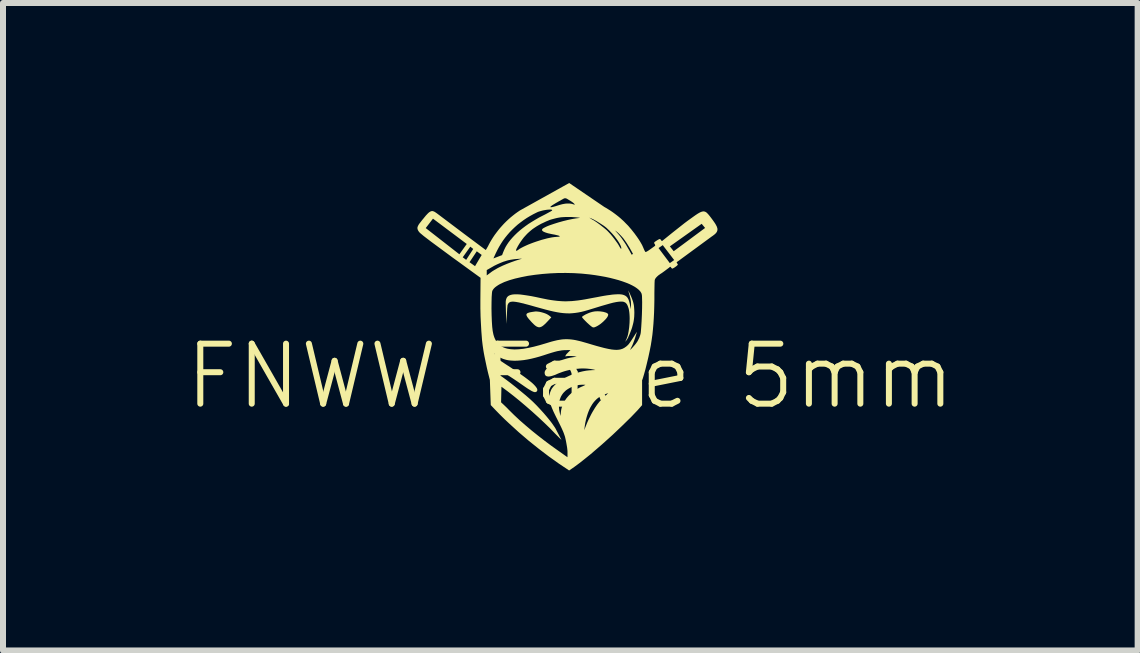
<source format=kicad_pcb>
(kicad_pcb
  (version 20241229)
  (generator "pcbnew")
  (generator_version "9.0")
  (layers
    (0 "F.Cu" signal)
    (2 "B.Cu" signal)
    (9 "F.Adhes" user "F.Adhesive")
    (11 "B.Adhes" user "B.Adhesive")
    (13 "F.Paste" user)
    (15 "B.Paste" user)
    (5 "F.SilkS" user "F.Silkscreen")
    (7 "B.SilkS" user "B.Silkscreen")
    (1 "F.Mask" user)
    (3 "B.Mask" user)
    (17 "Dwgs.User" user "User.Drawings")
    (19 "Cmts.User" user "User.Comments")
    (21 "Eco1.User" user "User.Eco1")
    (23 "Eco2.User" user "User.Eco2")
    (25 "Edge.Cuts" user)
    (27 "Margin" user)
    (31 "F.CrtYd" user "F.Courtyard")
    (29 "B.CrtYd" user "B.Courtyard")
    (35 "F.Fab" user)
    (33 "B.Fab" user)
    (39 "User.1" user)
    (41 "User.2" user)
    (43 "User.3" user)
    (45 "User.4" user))
  (footprint "FNWW Face 5mm"
    (layer "F.Cu")
    (at 6.395 2.41)
    (property "Reference" "FNWW Face 5mm" (at 0.06 0.81 0) (unlocked yes) (layer "F.SilkS") (effects (font (size 1 1) (thickness 0.1))))
    (fp_poly (pts (xy -0.491 -0.268) (xy -0.474 -0.266) (xy -0.457 -0.264) (xy -0.439 -0.26) (xy -0.421 -0.256) (xy -0.403 -0.251) (xy -0.386 -0.246) (xy -0.368 -0.24) (xy -0.352 -0.234) (xy -0.336 -0.227) (xy -0.321 -0.219) (xy -0.308 -0.211) (xy -0.296 -0.203) (xy -0.285 -0.195) (xy -0.257 -0.171) (xy -0.32 -0.103) (xy -0.342 -0.08) (xy -0.362 -0.06) (xy -0.371 -0.052) (xy -0.381 -0.044) (xy -0.389 -0.036) (xy -0.398 -0.03) (xy -0.406 -0.024) (xy -0.414 -0.019) (xy -0.422 -0.015) (xy -0.43 -0.012) (xy -0.437 -0.009) (xy -0.445 -0.007) (xy -0.452 -0.006) (xy -0.459 -0.006) (xy -0.467 -0.006) (xy -0.474 -0.008) (xy -0.482 -0.01) (xy -0.489 -0.013) (xy -0.497 -0.016) (xy -0.505 -0.02) (xy -0.513 -0.026) (xy -0.521 -0.031) (xy -0.53 -0.038) (xy -0.539 -0.046) (xy -0.548 -0.054) (xy -0.557 -0.063) (xy -0.577 -0.083) (xy -0.599 -0.107) (xy -0.618 -0.128) (xy -0.634 -0.147) (xy -0.648 -0.164) (xy -0.653 -0.172) (xy -0.658 -0.179) (xy -0.662 -0.186) (xy -0.666 -0.193) (xy -0.668 -0.199) (xy -0.67 -0.204) (xy -0.671 -0.21) (xy -0.672 -0.215) (xy -0.671 -0.219) (xy -0.67 -0.224) (xy -0.668 -0.228) (xy -0.665 -0.232) (xy -0.661 -0.235) (xy -0.657 -0.239) (xy -0.651 -0.242) (xy -0.645 -0.245) (xy -0.638 -0.247) (xy -0.63 -0.25) (xy -0.612 -0.255) (xy -0.59 -0.259) (xy -0.565 -0.263) (xy -0.536 -0.267) (xy -0.522 -0.269) (xy -0.507 -0.269)) (stroke (width -0.000001) (type solid)) (fill yes) (layer "F.SilkS"))
    (fp_poly (pts (xy 0.525 -0.272) (xy 0.547 -0.271) (xy 0.568 -0.269) (xy 0.589 -0.266) (xy 0.609 -0.263) (xy 0.627 -0.258) (xy 0.644 -0.253) (xy 0.659 -0.248) (xy 0.665 -0.245) (xy 0.671 -0.242) (xy 0.676 -0.238) (xy 0.681 -0.235) (xy 0.684 -0.232) (xy 0.687 -0.228) (xy 0.689 -0.224) (xy 0.691 -0.22) (xy 0.691 -0.214) (xy 0.69 -0.208) (xy 0.688 -0.2) (xy 0.685 -0.192) (xy 0.681 -0.184) (xy 0.676 -0.175) (xy 0.663 -0.157) (xy 0.647 -0.138) (xy 0.628 -0.119) (xy 0.608 -0.099) (xy 0.586 -0.08) (xy 0.564 -0.062) (xy 0.541 -0.046) (xy 0.519 -0.032) (xy 0.497 -0.02) (xy 0.477 -0.011) (xy 0.468 -0.007) (xy 0.459 -0.005) (xy 0.451 -0.004) (xy 0.444 -0.003) (xy 0.438 -0.004) (xy 0.432 -0.006) (xy 0.424 -0.011) (xy 0.413 -0.018) (xy 0.4 -0.028) (xy 0.387 -0.039) (xy 0.372 -0.052) (xy 0.357 -0.066) (xy 0.341 -0.08) (xy 0.326 -0.095) (xy 0.311 -0.11) (xy 0.297 -0.124) (xy 0.285 -0.137) (xy 0.274 -0.149) (xy 0.265 -0.16) (xy 0.259 -0.168) (xy 0.257 -0.172) (xy 0.255 -0.175) (xy 0.255 -0.177) (xy 0.255 -0.179) (xy 0.258 -0.182) (xy 0.263 -0.187) (xy 0.269 -0.192) (xy 0.277 -0.197) (xy 0.285 -0.202) (xy 0.295 -0.208) (xy 0.305 -0.214) (xy 0.316 -0.22) (xy 0.34 -0.231) (xy 0.365 -0.242) (xy 0.377 -0.247) (xy 0.389 -0.251) (xy 0.401 -0.255) (xy 0.412 -0.258) (xy 0.421 -0.261) (xy 0.43 -0.263) (xy 0.44 -0.265) (xy 0.46 -0.269) (xy 0.481 -0.271) (xy 0.503 -0.272)) (stroke (width -0.000001) (type solid)) (fill yes) (layer "F.SilkS"))
    (fp_poly (pts (xy 1.038 -0.594) (xy 1.052 -0.566) (xy 1.068 -0.53) (xy 1.085 -0.489) (xy 1.093 -0.467) (xy 1.101 -0.445) (xy 1.108 -0.422) (xy 1.113 -0.4) (xy 1.118 -0.378) (xy 1.121 -0.356) (xy 1.124 -0.319) (xy 1.126 -0.284) (xy 1.127 -0.25) (xy 1.126 -0.217) (xy 1.125 -0.185) (xy 1.122 -0.154) (xy 1.118 -0.124) (xy 1.113 -0.094) (xy 1.106 -0.064) (xy 1.098 -0.034) (xy 1.09 -0.004) (xy 1.08 0.026) (xy 1.068 0.057) (xy 1.056 0.089) (xy 1.042 0.122) (xy 1.027 0.156) (xy 1.026 0.16) (xy 1.024 0.164) (xy 1.02 0.172) (xy 1.016 0.179) (xy 1.011 0.187) (xy 1.007 0.194) (xy 1.003 0.2) (xy 0.998 0.207) (xy 0.994 0.212) (xy 0.99 0.218) (xy 0.987 0.223) (xy 0.981 0.23) (xy 0.976 0.237) (xy 0.984 0.217) (xy 1.001 0.178) (xy 1.01 0.154) (xy 1.018 0.127) (xy 1.025 0.096) (xy 1.031 0.064) (xy 1.036 0.029) (xy 1.041 -0.006) (xy 1.044 -0.043) (xy 1.047 -0.08) (xy 1.048 -0.117) (xy 1.049 -0.154) (xy 1.048 -0.189) (xy 1.046 -0.223) (xy 1.043 -0.255) (xy 1.039 -0.284) (xy 1.034 -0.31) (xy 1.027 -0.333) (xy 1.018 -0.358) (xy 1.009 -0.379) (xy 0.997 -0.397) (xy 0.984 -0.411) (xy 0.976 -0.417) (xy 0.967 -0.422) (xy 0.958 -0.426) (xy 0.948 -0.43) (xy 0.924 -0.434) (xy 0.895 -0.434) (xy 0.86 -0.431) (xy 0.82 -0.425) (xy 0.772 -0.415) (xy 0.718 -0.401) (xy 0.582 -0.362) (xy 0.409 -0.309) (xy 0.35 -0.291) (xy 0.294 -0.275) (xy 0.242 -0.262) (xy 0.191 -0.252) (xy 0.143 -0.245) (xy 0.095 -0.24) (xy 0.048 -0.237) (xy -0.001 -0.238) (xy -0.051 -0.241) (xy -0.104 -0.247) (xy -0.159 -0.256) (xy -0.219 -0.268) (xy -0.284 -0.283) (xy -0.354 -0.301) (xy -0.514 -0.345) (xy -0.581 -0.364) (xy -0.642 -0.381) (xy -0.696 -0.395) (xy -0.72 -0.402) (xy -0.743 -0.407) (xy -0.765 -0.412) (xy -0.785 -0.417) (xy -0.804 -0.421) (xy -0.822 -0.424) (xy -0.838 -0.427) (xy -0.853 -0.429) (xy -0.867 -0.431) (xy -0.88 -0.432) (xy -0.892 -0.433) (xy -0.903 -0.433) (xy -0.913 -0.432) (xy -0.923 -0.431) (xy -0.931 -0.43) (xy -0.939 -0.428) (xy -0.942 -0.426) (xy -0.946 -0.425) (xy -0.949 -0.423) (xy -0.952 -0.422) (xy -0.955 -0.42) (xy -0.958 -0.418) (xy -0.96 -0.416) (xy -0.963 -0.414) (xy -0.967 -0.409) (xy -0.972 -0.404) (xy -0.975 -0.398) (xy -0.979 -0.391) (xy -0.982 -0.385) (xy -0.985 -0.377) (xy -0.987 -0.37) (xy -0.988 -0.358) (xy -0.992 -0.319) (xy -0.998 -0.211) (xy -1.006 -0.061) (xy -1.012 -0.224) (xy -1.017 -0.413) (xy -1.016 -0.442) (xy -1.011 -0.468) (xy -1.003 -0.49) (xy -0.998 -0.5) (xy -0.992 -0.509) (xy -0.984 -0.517) (xy -0.976 -0.525) (xy -0.966 -0.531) (xy -0.955 -0.537) (xy -0.93 -0.546) (xy -0.9 -0.552) (xy -0.864 -0.555) (xy -0.823 -0.555) (xy -0.775 -0.552) (xy -0.721 -0.545) (xy -0.66 -0.536) (xy -0.592 -0.525) (xy -0.516 -0.51) (xy -0.433 -0.492) (xy -0.315 -0.468) (xy -0.26 -0.459) (xy -0.209 -0.452) (xy -0.159 -0.446) (xy -0.11 -0.442) (xy -0.062 -0.439) (xy -0.014 -0.438) (xy 0.034 -0.44) (xy 0.084 -0.442) (xy 0.135 -0.447) (xy 0.189 -0.453) (xy 0.245 -0.461) (xy 0.306 -0.471) (xy 0.439 -0.496) (xy 0.505 -0.508) (xy 0.566 -0.52) (xy 0.622 -0.53) (xy 0.672 -0.538) (xy 0.718 -0.544) (xy 0.76 -0.55) (xy 0.797 -0.553) (xy 0.831 -0.555) (xy 0.861 -0.556) (xy 0.875 -0.556) (xy 0.888 -0.555) (xy 0.9 -0.554) (xy 0.911 -0.553) (xy 0.922 -0.551) (xy 0.932 -0.549) (xy 0.942 -0.546) (xy 0.951 -0.543) (xy 0.959 -0.54) (xy 0.967 -0.536) (xy 0.975 -0.532) (xy 0.982 -0.528) (xy 0.988 -0.523) (xy 0.995 -0.518) (xy 0.998 -0.515) (xy 1.001 -0.512) (xy 1.007 -0.505) (xy 1.013 -0.498) (xy 1.018 -0.49) (xy 1.022 -0.481) (xy 1.027 -0.473) (xy 1.031 -0.464) (xy 1.034 -0.455) (xy 1.037 -0.446) (xy 1.04 -0.437) (xy 1.043 -0.428) (xy 1.045 -0.419) (xy 1.049 -0.403) (xy 1.052 -0.389) (xy 1.06 -0.346) (xy 1.063 -0.332) (xy 1.068 -0.307) (xy 1.07 -0.34) (xy 1.071 -0.366) (xy 1.071 -0.388) (xy 1.071 -0.397) (xy 1.071 -0.405) (xy 1.071 -0.413) (xy 1.07 -0.421) (xy 1.07 -0.428) (xy 1.069 -0.435) (xy 1.067 -0.449) (xy 1.065 -0.464) (xy 1.063 -0.475) (xy 1.06 -0.487) (xy 1.054 -0.512) (xy 1.048 -0.538) (xy 1.041 -0.563) (xy 1.029 -0.603) (xy 1.024 -0.62)) (stroke (width -0.000001) (type solid)) (fill yes) (layer "F.SilkS"))
    (fp_poly (pts (xy 0.625 -2.012) (xy 0.658 -1.993) (xy 0.692 -1.972) (xy 0.726 -1.951) (xy 0.76 -1.928) (xy 0.793 -1.904) (xy 0.826 -1.879) (xy 0.858 -1.854) (xy 0.888 -1.829) (xy 0.902 -1.817) (xy 0.918 -1.802) (xy 0.937 -1.785) (xy 0.957 -1.766) (xy 0.977 -1.745) (xy 0.998 -1.724) (xy 1.018 -1.704) (xy 1.036 -1.684) (xy 1.056 -1.66) (xy 1.077 -1.636) (xy 1.115 -1.588) (xy 1.134 -1.564) (xy 1.151 -1.54) (xy 1.168 -1.517) (xy 1.184 -1.494) (xy 1.199 -1.472) (xy 1.213 -1.45) (xy 1.226 -1.429) (xy 1.238 -1.408) (xy 1.249 -1.389) (xy 1.259 -1.37) (xy 1.267 -1.352) (xy 1.275 -1.334) (xy 1.278 -1.327) (xy 1.281 -1.32) (xy 1.284 -1.313) (xy 1.287 -1.306) (xy 1.29 -1.299) (xy 1.293 -1.293) (xy 1.296 -1.287) (xy 1.298 -1.282) (xy 1.301 -1.277) (xy 1.303 -1.273) (xy 1.306 -1.269) (xy 1.308 -1.266) (xy 1.309 -1.264) (xy 1.311 -1.262) (xy 1.312 -1.261) (xy 1.312 -1.261) (xy 1.313 -1.26) (xy 1.313 -1.26) (xy 1.316 -1.26) (xy 1.318 -1.261) (xy 1.325 -1.263) (xy 1.333 -1.267) (xy 1.342 -1.272) (xy 1.352 -1.278) (xy 1.363 -1.285) (xy 1.386 -1.301) (xy 1.421 -1.326) (xy 1.53 -1.326) (xy 1.617 -1.21) (xy 1.681 -1.125) (xy 1.718 -1.075) (xy 1.791 -1.126) (xy 1.616 -1.354) (xy 1.719 -1.354) (xy 1.783 -1.273) (xy 2.306 -1.661) (xy 2.249 -1.73) (xy 1.719 -1.354) (xy 1.616 -1.354) (xy 1.601 -1.375) (xy 1.53 -1.326) (xy 1.421 -1.326) (xy 1.469 -1.361) (xy 1.47 -1.362) (xy 1.471 -1.363) (xy 1.472 -1.365) (xy 1.473 -1.366) (xy 1.473 -1.367) (xy 1.474 -1.368) (xy 1.474 -1.37) (xy 1.474 -1.371) (xy 1.474 -1.373) (xy 1.474 -1.374) (xy 1.473 -1.376) (xy 1.473 -1.377) (xy 1.473 -1.379) (xy 1.472 -1.381) (xy 1.471 -1.384) (xy 1.469 -1.387) (xy 1.468 -1.39) (xy 1.466 -1.393) (xy 1.464 -1.396) (xy 1.459 -1.404) (xy 1.458 -1.405) (xy 1.458 -1.406) (xy 1.458 -1.407) (xy 1.458 -1.407) (xy 1.457 -1.408) (xy 1.457 -1.409) (xy 1.457 -1.41) (xy 1.457 -1.411) (xy 1.457 -1.412) (xy 1.457 -1.412) (xy 1.458 -1.413) (xy 1.458 -1.414) (xy 1.458 -1.415) (xy 1.458 -1.416) (xy 1.459 -1.417) (xy 1.459 -1.418) (xy 1.46 -1.419) (xy 1.46 -1.421) (xy 1.461 -1.423) (xy 1.462 -1.424) (xy 1.464 -1.425) (xy 1.465 -1.427) (xy 1.466 -1.428) (xy 1.466 -1.428) (xy 1.467 -1.428) (xy 1.479 -1.437) (xy 1.49 -1.444) (xy 1.503 -1.453) (xy 1.516 -1.461) (xy 1.529 -1.468) (xy 1.534 -1.471) (xy 1.539 -1.473) (xy 1.543 -1.475) (xy 1.546 -1.476) (xy 1.547 -1.476) (xy 1.548 -1.476) (xy 1.548 -1.476) (xy 1.549 -1.476) (xy 1.55 -1.476) (xy 1.551 -1.476) (xy 1.552 -1.476) (xy 1.553 -1.476) (xy 1.553 -1.476) (xy 1.554 -1.476) (xy 1.555 -1.476) (xy 1.556 -1.475) (xy 1.556 -1.475) (xy 1.557 -1.475) (xy 1.558 -1.474) (xy 1.558 -1.474) (xy 1.559 -1.473) (xy 1.56 -1.473) (xy 1.56 -1.473) (xy 1.561 -1.472) (xy 1.562 -1.471) (xy 1.563 -1.47) (xy 1.564 -1.469) (xy 1.565 -1.468) (xy 1.566 -1.466) (xy 1.567 -1.465) (xy 1.568 -1.463) (xy 1.571 -1.459) (xy 1.572 -1.457) (xy 1.574 -1.455) (xy 1.575 -1.453) (xy 1.577 -1.451) (xy 1.579 -1.449) (xy 1.58 -1.448) (xy 1.581 -1.447) (xy 1.582 -1.446) (xy 1.583 -1.446) (xy 1.584 -1.445) (xy 1.585 -1.445) (xy 1.586 -1.444) (xy 1.586 -1.444) (xy 1.587 -1.444) (xy 1.588 -1.444) (xy 1.589 -1.444) (xy 1.59 -1.444) (xy 1.591 -1.445) (xy 1.592 -1.445) (xy 1.764 -1.584) (xy 1.902 -1.693) (xy 1.964 -1.742) (xy 2.015 -1.78) (xy 2.108 -1.847) (xy 2.146 -1.874) (xy 2.179 -1.896) (xy 2.194 -1.905) (xy 2.208 -1.913) (xy 2.221 -1.92) (xy 2.233 -1.925) (xy 2.245 -1.93) (xy 2.255 -1.933) (xy 2.265 -1.935) (xy 2.275 -1.937) (xy 2.284 -1.937) (xy 2.293 -1.935) (xy 2.302 -1.933) (xy 2.31 -1.93) (xy 2.319 -1.925) (xy 2.327 -1.92) (xy 2.335 -1.913) (xy 2.343 -1.905) (xy 2.352 -1.896) (xy 2.361 -1.886) (xy 2.38 -1.863) (xy 2.401 -1.836) (xy 2.425 -1.804) (xy 2.446 -1.775) (xy 2.464 -1.749) (xy 2.472 -1.737) (xy 2.479 -1.726) (xy 2.485 -1.715) (xy 2.491 -1.704) (xy 2.496 -1.694) (xy 2.501 -1.685) (xy 2.504 -1.675) (xy 2.507 -1.666) (xy 2.51 -1.658) (xy 2.511 -1.649) (xy 2.512 -1.641) (xy 2.512 -1.634) (xy 2.511 -1.626) (xy 2.51 -1.619) (xy 2.508 -1.611) (xy 2.505 -1.604) (xy 2.502 -1.597) (xy 2.498 -1.59) (xy 2.493 -1.583) (xy 2.487 -1.576) (xy 2.481 -1.569) (xy 2.474 -1.562) (xy 2.466 -1.555) (xy 2.457 -1.548) (xy 2.448 -1.541) (xy 2.438 -1.533) (xy 2.416 -1.518) (xy 1.86 -1.11) (xy 1.857 -1.108) (xy 1.855 -1.106) (xy 1.851 -1.104) (xy 1.847 -1.101) (xy 1.845 -1.1) (xy 1.843 -1.098) (xy 1.841 -1.097) (xy 1.84 -1.096) (xy 1.839 -1.095) (xy 1.838 -1.095) (xy 1.838 -1.094) (xy 1.837 -1.093) (xy 1.836 -1.093) (xy 1.836 -1.092) (xy 1.835 -1.091) (xy 1.835 -1.09) (xy 1.834 -1.09) (xy 1.834 -1.089) (xy 1.833 -1.088) (xy 1.833 -1.087) (xy 1.833 -1.086) (xy 1.833 -1.085) (xy 1.833 -1.084) (xy 1.833 -1.083) (xy 1.833 -1.082) (xy 1.834 -1.081) (xy 1.834 -1.079) (xy 1.835 -1.078) (xy 1.837 -1.076) (xy 1.839 -1.073) (xy 1.843 -1.067) (xy 1.845 -1.065) (xy 1.847 -1.062) (xy 1.848 -1.06) (xy 1.849 -1.059) (xy 1.849 -1.058) (xy 1.85 -1.056) (xy 1.851 -1.055) (xy 1.851 -1.054) (xy 1.851 -1.052) (xy 1.851 -1.051) (xy 1.851 -1.05) (xy 1.851 -1.048) (xy 1.85 -1.047) (xy 1.85 -1.046) (xy 1.847 -1.043) (xy 1.843 -1.039) (xy 1.839 -1.034) (xy 1.834 -1.03) (xy 1.828 -1.025) (xy 1.822 -1.02) (xy 1.816 -1.016) (xy 1.809 -1.011) (xy 1.803 -1.006) (xy 1.796 -1.002) (xy 1.79 -0.998) (xy 1.783 -0.994) (xy 1.777 -0.991) (xy 1.772 -0.988) (xy 1.767 -0.986) (xy 1.763 -0.984) (xy 1.761 -0.984) (xy 1.76 -0.984) (xy 1.759 -0.984) (xy 1.757 -0.984) (xy 1.756 -0.985) (xy 1.755 -0.985) (xy 1.754 -0.986) (xy 1.752 -0.987) (xy 1.751 -0.988) (xy 1.75 -0.989) (xy 1.749 -0.99) (xy 1.748 -0.991) (xy 1.745 -0.994) (xy 1.743 -0.996) (xy 1.739 -1.002) (xy 1.737 -1.005) (xy 1.735 -1.007) (xy 1.733 -1.009) (xy 1.732 -1.01) (xy 1.731 -1.011) (xy 1.73 -1.012) (xy 1.729 -1.012) (xy 1.728 -1.013) (xy 1.727 -1.013) (xy 1.726 -1.013) (xy 1.725 -1.013) (xy 1.725 -1.013) (xy 1.724 -1.013) (xy 1.723 -1.013) (xy 1.723 -1.013) (xy 1.722 -1.013) (xy 1.721 -1.013) (xy 1.721 -1.012) (xy 1.72 -1.012) (xy 1.719 -1.012) (xy 1.719 -1.011) (xy 1.718 -1.01) (xy 1.716 -1.009) (xy 1.711 -1.004) (xy 1.709 -1.002) (xy 1.708 -1) (xy 1.706 -0.999) (xy 1.703 -0.997) (xy 1.631 -0.943) (xy 1.598 -0.919) (xy 1.581 -0.907) (xy 1.571 -0.901) (xy 1.556 -0.891) (xy 1.548 -0.885) (xy 1.538 -0.878) (xy 1.528 -0.871) (xy 1.518 -0.862) (xy 1.509 -0.854) (xy 1.499 -0.844) (xy 1.491 -0.835) (xy 1.486 -0.83) (xy 1.483 -0.825) (xy 1.479 -0.82) (xy 1.476 -0.814) (xy 1.473 -0.809) (xy 1.471 -0.804) (xy 1.469 -0.799) (xy 1.467 -0.793) (xy 1.466 -0.788) (xy 1.466 -0.783) (xy 1.464 -0.746) (xy 1.463 -0.7) (xy 1.462 -0.644) (xy 1.461 -0.576) (xy 1.461 -0.464) (xy 1.459 -0.357) (xy 1.456 -0.255) (xy 1.451 -0.156) (xy 1.445 -0.062) (xy 1.437 0.029) (xy 1.428 0.117) (xy 1.416 0.202) (xy 1.402 0.291) (xy 1.382 0.392) (xy 1.359 0.499) (xy 1.334 0.604) (xy 1.31 0.701) (xy 1.287 0.783) (xy 1.269 0.843) (xy 1.262 0.864) (xy 1.256 0.876) (xy 1.256 1.292) (xy 1.182 1.376) (xy 1.07 1.493) (xy 0.927 1.633) (xy 0.763 1.789) (xy 0.584 1.95) (xy 0.399 2.109) (xy 0.306 2.184) (xy 0.215 2.256) (xy 0.126 2.322) (xy 0.04 2.381) (xy -0.13 2.267) (xy -0.3 2.146) (xy -0.468 2.018) (xy -0.634 1.885) (xy -0.798 1.745) (xy -0.958 1.599) (xy -1.037 1.525) (xy -1.115 1.448) (xy -1.191 1.37) (xy -1.266 1.291) (xy -1.281 0.872) (xy -1.314 0.742) (xy -1.333 0.66) (xy -1.352 0.57) (xy -1.371 0.478) (xy -1.381 0.425) (xy -1.204 0.425) (xy -1.202 0.432) (xy -1.2 0.439) (xy -1.198 0.442) (xy -1.197 0.445) (xy -1.196 0.448) (xy -1.195 0.451) (xy -1.192 0.459) (xy -1.188 0.467) (xy -1.183 0.477) (xy -1.18 0.483) (xy -1.177 0.488) (xy -1.172 0.494) (xy -1.167 0.5) (xy -1.162 0.506) (xy -1.155 0.513) (xy -1.147 0.52) (xy -1.138 0.527) (xy -1.128 0.535) (xy -1.117 0.543) (xy -1.09 0.562) (xy -1.057 0.584) (xy -1.018 0.61) (xy -0.942 0.659) (xy -0.872 0.706) (xy -0.808 0.749) (xy -0.751 0.789) (xy -0.699 0.826) (xy -0.654 0.86) (xy -0.614 0.891) (xy -0.596 0.906) (xy -0.58 0.919) (xy -0.565 0.933) (xy -0.552 0.945) (xy -0.54 0.958) (xy -0.529 0.969) (xy -0.52 0.98) (xy -0.512 0.99) (xy -0.505 1) (xy -0.499 1.009) (xy -0.495 1.018) (xy -0.492 1.026) (xy -0.491 1.033) (xy -0.49 1.04) (xy -0.491 1.047) (xy -0.493 1.053) (xy -0.496 1.059) (xy -0.501 1.064) (xy -0.506 1.069) (xy -0.512 1.072) (xy -0.519 1.074) (xy -0.527 1.075) (xy -0.536 1.075) (xy -0.546 1.072) (xy -0.557 1.069) (xy -0.57 1.063) (xy -0.585 1.056) (xy -0.602 1.046) (xy -0.62 1.035) (xy -0.642 1.022) (xy -0.691 0.989) (xy -0.753 0.946) (xy -0.822 0.898) (xy -0.892 0.851) (xy -0.955 0.81) (xy -0.98 0.793) (xy -1.001 0.78) (xy -1.019 0.769) (xy -1.038 0.757) (xy -1.056 0.746) (xy -1.074 0.734) (xy -1.09 0.723) (xy -1.105 0.713) (xy -1.117 0.705) (xy -1.126 0.698) (xy -1.165 0.668) (xy -1.144 0.73) (xy -1.142 0.736) (xy -1.14 0.742) (xy -1.137 0.748) (xy -1.135 0.754) (xy -1.132 0.76) (xy -1.13 0.766) (xy -1.127 0.771) (xy -1.125 0.776) (xy -1.122 0.781) (xy -1.119 0.785) (xy -1.117 0.789) (xy -1.115 0.792) (xy -1.112 0.795) (xy -1.11 0.798) (xy -1.109 0.799) (xy -1.108 0.8) (xy -1.107 0.8) (xy -1.106 0.801) (xy -1.088 0.812) (xy -1.064 0.829) (xy -1.003 0.873) (xy -0.928 0.93) (xy -0.846 0.995) (xy -0.763 1.063) (xy -0.683 1.129) (xy -0.614 1.189) (xy -0.561 1.238) (xy -0.531 1.268) (xy -0.5 1.299) (xy -0.441 1.362) (xy -0.384 1.425) (xy -0.331 1.487) (xy -0.283 1.546) (xy -0.261 1.574) (xy -0.241 1.601) (xy -0.224 1.626) (xy -0.208 1.649) (xy -0.194 1.67) (xy -0.183 1.689) (xy -0.171 1.713) (xy -0.155 1.743) (xy -0.122 1.806) (xy -0.087 1.872) (xy -0.13 1.83) (xy -0.15 1.81) (xy -0.173 1.787) (xy -0.195 1.765) (xy -0.212 1.747) (xy -0.287 1.67) (xy -0.376 1.584) (xy -0.474 1.492) (xy -0.578 1.398) (xy -0.685 1.305) (xy -0.789 1.217) (xy -0.889 1.136) (xy -0.979 1.066) (xy -1.088 0.985) (xy -1.094 1.245) (xy -1.051 1.285) (xy -1.009 1.325) (xy -0.987 1.347) (xy -0.965 1.37) (xy -0.878 1.456) (xy -0.784 1.544) (xy -0.684 1.631) (xy -0.581 1.718) (xy -0.475 1.803) (xy -0.368 1.886) (xy -0.261 1.966) (xy -0.156 2.041) (xy 0.012 2.16) (xy 0.013 2.136) (xy 0.013 2.112) (xy 0.013 2.09) (xy 0.013 2.069) (xy 0.012 2.049) (xy 0.01 2.03) (xy 0.008 2.013) (xy 0.006 1.996) (xy -0.004 1.938) (xy -0.013 1.889) (xy -0.018 1.866) (xy -0.023 1.844) (xy -0.028 1.822) (xy -0.035 1.8) (xy -0.043 1.777) (xy -0.052 1.752) (xy -0.063 1.725) (xy -0.07 1.71) (xy 0.292 1.71) (xy 0.298 1.694) (xy 0.314 1.652) (xy 0.325 1.624) (xy 0.337 1.594) (xy 0.351 1.562) (xy 0.366 1.529) (xy 0.381 1.499) (xy 0.396 1.469) (xy 0.41 1.441) (xy 0.425 1.414) (xy 0.44 1.388) (xy 0.455 1.364) (xy 0.469 1.34) (xy 0.484 1.318) (xy 0.498 1.297) (xy 0.513 1.276) (xy 0.528 1.257) (xy 0.542 1.239) (xy 0.557 1.222) (xy 0.572 1.207) (xy 0.586 1.192) (xy 0.601 1.178) (xy 0.615 1.165) (xy 0.63 1.151) (xy 0.645 1.136) (xy 0.66 1.123) (xy 0.682 1.1) (xy 0.691 1.091) (xy 0.649 1.107) (xy 0.63 1.115) (xy 0.611 1.123) (xy 0.592 1.131) (xy 0.575 1.139) (xy 0.551 1.152) (xy 0.528 1.168) (xy 0.506 1.185) (xy 0.485 1.205) (xy 0.465 1.226) (xy 0.445 1.25) (xy 0.427 1.275) (xy 0.41 1.303) (xy 0.393 1.332) (xy 0.378 1.363) (xy 0.364 1.396) (xy 0.351 1.431) (xy 0.339 1.468) (xy 0.328 1.506) (xy 0.318 1.547) (xy 0.309 1.588) (xy 0.306 1.606) (xy 0.303 1.626) (xy 0.3 1.646) (xy 0.298 1.665) (xy 0.292 1.71) (xy -0.07 1.71) (xy -0.076 1.696) (xy -0.091 1.663) (xy -0.108 1.628) (xy -0.15 1.543) (xy -0.177 1.49) (xy -0.201 1.441) (xy -0.222 1.397) (xy -0.239 1.357) (xy -0.254 1.321) (xy -0.257 1.313) (xy -0.13 1.313) (xy -0.129 1.333) (xy -0.127 1.353) (xy -0.125 1.374) (xy -0.121 1.395) (xy -0.117 1.416) (xy -0.104 1.473) (xy -0.096 1.4) (xy -0.094 1.383) (xy -0.091 1.367) (xy -0.088 1.351) (xy -0.083 1.335) (xy -0.079 1.319) (xy -0.073 1.303) (xy -0.061 1.272) (xy -0.046 1.242) (xy -0.028 1.213) (xy -0.009 1.184) (xy 0.013 1.157) (xy 0.036 1.131) (xy 0.062 1.106) (xy 0.089 1.082) (xy 0.118 1.06) (xy 0.148 1.039) (xy 0.18 1.019) (xy 0.213 1.001) (xy 0.247 0.985) (xy 0.269 0.976) (xy 0.277 0.972) (xy 0.283 0.969) (xy 0.286 0.968) (xy 0.289 0.966) (xy 0.293 0.965) (xy 0.296 0.963) (xy 0.303 0.958) (xy 0.313 0.953) (xy 0.288 0.952) (xy 0.272 0.952) (xy 0.254 0.952) (xy 0.234 0.953) (xy 0.223 0.954) (xy 0.211 0.955) (xy 0.199 0.957) (xy 0.187 0.959) (xy 0.174 0.962) (xy 0.16 0.965) (xy 0.139 0.971) (xy 0.119 0.977) (xy 0.1 0.983) (xy 0.081 0.991) (xy 0.063 0.999) (xy 0.046 1.008) (xy 0.03 1.017) (xy 0.014 1.027) (xy -0.00046 1.037) (xy -0.015 1.048) (xy -0.028 1.06) (xy -0.04 1.072) (xy -0.052 1.084) (xy -0.063 1.097) (xy -0.073 1.111) (xy -0.082 1.125) (xy -0.091 1.14) (xy -0.099 1.155) (xy -0.105 1.171) (xy -0.111 1.187) (xy -0.117 1.204) (xy -0.121 1.221) (xy -0.124 1.239) (xy -0.127 1.257) (xy -0.129 1.275) (xy -0.13 1.294) (xy -0.13 1.313) (xy -0.257 1.313) (xy -0.267 1.287) (xy -0.272 1.272) (xy -0.277 1.257) (xy -0.28 1.242) (xy -0.284 1.229) (xy -0.286 1.215) (xy -0.289 1.203) (xy -0.29 1.19) (xy -0.291 1.178) (xy -0.291 1.166) (xy -0.291 1.155) (xy -0.29 1.143) (xy -0.289 1.132) (xy -0.287 1.121) (xy -0.285 1.11) (xy -0.282 1.099) (xy -0.279 1.087) (xy -0.271 1.065) (xy -0.261 1.041) (xy -0.254 1.026) (xy -0.245 1.012) (xy -0.222 0.982) (xy -0.195 0.952) (xy -0.162 0.923) (xy -0.124 0.895) (xy -0.083 0.868) (xy -0.038 0.842) (xy 0.009 0.818) (xy 0.059 0.795) (xy 0.111 0.775) (xy 0.163 0.756) (xy 0.217 0.741) (xy 0.27 0.728) (xy 0.324 0.718) (xy 0.376 0.712) (xy 0.426 0.709) (xy 0.435 0.709) (xy 0.443 0.709) (xy 0.452 0.708) (xy 0.46 0.708) (xy 0.472 0.707) (xy 0.477 0.706) (xy 0.46 0.702) (xy 0.444 0.698) (xy 0.436 0.697) (xy 0.429 0.695) (xy 0.421 0.694) (xy 0.412 0.692) (xy 0.403 0.691) (xy 0.393 0.689) (xy 0.371 0.687) (xy 0.346 0.684) (xy 0.316 0.682) (xy 0.285 0.681) (xy 0.254 0.681) (xy 0.222 0.682) (xy 0.19 0.685) (xy 0.157 0.688) (xy 0.124 0.692) (xy 0.092 0.697) (xy 0.059 0.703) (xy 0.027 0.71) (xy -0.005 0.718) (xy -0.037 0.727) (xy -0.068 0.737) (xy -0.098 0.748) (xy -0.128 0.759) (xy -0.157 0.771) (xy -0.17 0.777) (xy -0.183 0.783) (xy -0.195 0.788) (xy -0.207 0.792) (xy -0.219 0.796) (xy -0.23 0.8) (xy -0.24 0.803) (xy -0.25 0.806) (xy -0.26 0.809) (xy -0.27 0.811) (xy -0.278 0.812) (xy -0.287 0.814) (xy -0.295 0.814) (xy -0.302 0.815) (xy -0.31 0.815) (xy -0.316 0.814) (xy -0.323 0.813) (xy -0.328 0.812) (xy -0.334 0.81) (xy -0.339 0.808) (xy -0.344 0.806) (xy -0.348 0.803) (xy -0.352 0.799) (xy -0.355 0.795) (xy -0.358 0.791) (xy -0.361 0.786) (xy -0.363 0.781) (xy -0.365 0.776) (xy -0.366 0.77) (xy -0.367 0.763) (xy -0.368 0.756) (xy -0.368 0.749) (xy -0.367 0.741) (xy -0.365 0.732) (xy -0.362 0.723) (xy -0.357 0.714) (xy -0.344 0.696) (xy -0.326 0.677) (xy -0.305 0.658) (xy -0.279 0.639) (xy -0.25 0.62) (xy -0.218 0.601) (xy -0.184 0.583) (xy -0.147 0.566) (xy -0.108 0.55) (xy -0.068 0.536) (xy -0.026 0.523) (xy 0.016 0.511) (xy 0.059 0.501) (xy 0.102 0.494) (xy 0.168 0.484) (xy 0.151 0.482) (xy 0.128 0.478) (xy 0.116 0.476) (xy 0.108 0.476) (xy 0.099 0.475) (xy 0.089 0.474) (xy 0.078 0.473) (xy 0.065 0.473) (xy 0.052 0.473) (xy 0.044 0.473) (xy 0.037 0.473) (xy 0.03 0.473) (xy 0.023 0.473) (xy 0.016 0.474) (xy 0.01 0.474) (xy 0.004 0.475) (xy -0.001 0.476) (xy -0.003 0.476) (xy -0.005 0.476) (xy -0.007 0.477) (xy -0.009 0.477) (xy -0.013 0.478) (xy -0.017 0.479) (xy -0.02 0.48) (xy -0.023 0.481) (xy -0.025 0.481) (xy -0.024 0.478) (xy -0.022 0.474) (xy -0.02 0.469) (xy -0.018 0.464) (xy -0.017 0.461) (xy -0.015 0.459) (xy -0.014 0.456) (xy -0.012 0.453) (xy -0.011 0.451) (xy -0.009 0.449) (xy -0.006 0.445) (xy -0.002 0.44) (xy 0.002 0.436) (xy 0.007 0.431) (xy 0.011 0.426) (xy 0.016 0.421) (xy 0.026 0.411) (xy 0.063 0.374) (xy -0.014 0.375) (xy -0.048 0.376) (xy -0.082 0.379) (xy -0.116 0.385) (xy -0.155 0.392) (xy -0.198 0.403) (xy -0.25 0.418) (xy -0.311 0.437) (xy -0.384 0.461) (xy -0.455 0.483) (xy -0.524 0.502) (xy -0.589 0.518) (xy -0.652 0.531) (xy -0.713 0.541) (xy -0.77 0.547) (xy -0.825 0.551) (xy -0.877 0.552) (xy -0.926 0.549) (xy -0.949 0.547) (xy -0.972 0.544) (xy -0.994 0.54) (xy -1.015 0.535) (xy -1.035 0.529) (xy -1.055 0.523) (xy -1.073 0.516) (xy -1.091 0.508) (xy -1.109 0.5) (xy -1.125 0.491) (xy -1.141 0.481) (xy -1.155 0.47) (xy -1.169 0.458) (xy -1.183 0.446) (xy -1.186 0.442) (xy -1.19 0.438) (xy -1.197 0.432) (xy -1.204 0.425) (xy -1.381 0.425) (xy -1.388 0.385) (xy -1.401 0.296) (xy -1.411 0.213) (xy -1.423 0.059) (xy -1.432 -0.104) (xy -1.436 -0.189) (xy -1.438 -0.278) (xy -1.439 -0.318) (xy -1.254 -0.318) (xy -1.252 -0.21) (xy -1.248 -0.105) (xy -1.242 -0.014) (xy -1.234 0.055) (xy -1.222 0.114) (xy -1.214 0.141) (xy -1.205 0.167) (xy -1.195 0.19) (xy -1.183 0.213) (xy -1.17 0.234) (xy -1.156 0.253) (xy -1.14 0.27) (xy -1.123 0.287) (xy -1.104 0.301) (xy -1.084 0.314) (xy -1.062 0.326) (xy -1.039 0.336) (xy -1.015 0.344) (xy -0.989 0.351) (xy -0.961 0.356) (xy -0.932 0.36) (xy -0.869 0.364) (xy -0.799 0.361) (xy -0.722 0.353) (xy -0.639 0.338) (xy -0.548 0.318) (xy -0.45 0.292) (xy -0.345 0.261) (xy -0.293 0.245) (xy -0.245 0.231) (xy -0.201 0.22) (xy -0.159 0.21) (xy -0.118 0.203) (xy -0.08 0.197) (xy -0.042 0.194) (xy -0.005 0.193) (xy 0.033 0.194) (xy 0.07 0.197) (xy 0.11 0.202) (xy 0.15 0.209) (xy 0.193 0.219) (xy 0.239 0.23) (xy 0.288 0.244) (xy 0.341 0.259) (xy 0.424 0.284) (xy 0.499 0.306) (xy 0.566 0.324) (xy 0.627 0.34) (xy 0.681 0.352) (xy 0.705 0.357) (xy 0.729 0.361) (xy 0.751 0.365) (xy 0.772 0.367) (xy 0.791 0.369) (xy 0.81 0.37) (xy 0.828 0.371) (xy 0.844 0.37) (xy 0.86 0.369) (xy 0.875 0.367) (xy 0.889 0.365) (xy 0.903 0.361) (xy 0.916 0.357) (xy 0.929 0.353) (xy 0.941 0.347) (xy 0.953 0.341) (xy 0.965 0.334) (xy 0.976 0.326) (xy 0.988 0.318) (xy 0.999 0.309) (xy 1.01 0.299) (xy 1.022 0.288) (xy 1.028 0.281) (xy 1.037 0.271) (xy 1.046 0.258) (xy 1.057 0.243) (xy 1.08 0.209) (xy 1.104 0.172) (xy 1.169 0.07) (xy 1.166 0.083) (xy 1.16 0.105) (xy 1.151 0.134) (xy 1.141 0.168) (xy 1.129 0.203) (xy 1.116 0.238) (xy 1.104 0.27) (xy 1.098 0.284) (xy 1.093 0.296) (xy 1.08 0.322) (xy 1.072 0.338) (xy 1.065 0.353) (xy 1.056 0.374) (xy 1.09 0.339) (xy 1.105 0.323) (xy 1.119 0.306) (xy 1.133 0.291) (xy 1.145 0.276) (xy 1.157 0.26) (xy 1.168 0.245) (xy 1.178 0.23) (xy 1.187 0.214) (xy 1.195 0.198) (xy 1.203 0.182) (xy 1.211 0.165) (xy 1.217 0.147) (xy 1.224 0.128) (xy 1.229 0.109) (xy 1.233 0.091) (xy 1.236 0.064) (xy 1.242 -0.012) (xy 1.248 -0.109) (xy 1.253 -0.217) (xy 1.256 -0.325) (xy 1.257 -0.424) (xy 1.255 -0.502) (xy 1.254 -0.53) (xy 1.251 -0.55) (xy 1.248 -0.563) (xy 1.243 -0.576) (xy 1.227 -0.602) (xy 1.203 -0.628) (xy 1.173 -0.653) (xy 1.137 -0.678) (xy 1.094 -0.702) (xy 1.045 -0.726) (xy 0.991 -0.748) (xy 0.93 -0.77) (xy 0.865 -0.791) (xy 0.795 -0.81) (xy 0.72 -0.829) (xy 0.641 -0.846) (xy 0.557 -0.861) (xy 0.47 -0.875) (xy 0.379 -0.887) (xy 0.25 -0.9) (xy 0.119 -0.908) (xy -0.014 -0.911) (xy -0.146 -0.91) (xy -0.277 -0.904) (xy -0.405 -0.894) (xy -0.529 -0.88) (xy -0.647 -0.863) (xy -0.758 -0.841) (xy -0.862 -0.817) (xy -0.956 -0.79) (xy -1.039 -0.76) (xy -1.076 -0.743) (xy -1.11 -0.727) (xy -1.141 -0.709) (xy -1.168 -0.691) (xy -1.192 -0.673) (xy -1.212 -0.654) (xy -1.227 -0.635) (xy -1.239 -0.615) (xy -1.243 -0.601) (xy -1.246 -0.579) (xy -1.251 -0.511) (xy -1.253 -0.422) (xy -1.254 -0.318) (xy -1.439 -0.318) (xy -1.439 -0.371) (xy -1.439 -0.468) (xy -1.436 -0.83) (xy -1.614 -0.959) (xy -1.333 -0.959) (xy -1.333 -0.87) (xy -1.276 -0.912) (xy -1.255 -0.928) (xy -1.232 -0.944) (xy -1.207 -0.959) (xy -1.181 -0.974) (xy -1.154 -0.99) (xy -1.125 -1.005) (xy -1.064 -1.034) (xy -0.998 -1.062) (xy -0.928 -1.089) (xy -0.855 -1.115) (xy -0.779 -1.139) (xy -0.774 -1.14) (xy -0.768 -1.142) (xy -0.757 -1.146) (xy -0.744 -1.15) (xy -0.786 -1.147) (xy -0.829 -1.144) (xy -0.854 -1.142) (xy -0.879 -1.139) (xy -0.899 -1.136) (xy -0.919 -1.133) (xy -0.938 -1.13) (xy -0.957 -1.126) (xy -0.976 -1.122) (xy -0.995 -1.117) (xy -1.014 -1.111) (xy -1.033 -1.105) (xy -1.053 -1.099) (xy -1.073 -1.091) (xy -1.093 -1.083) (xy -1.115 -1.074) (xy -1.16 -1.054) (xy -1.209 -1.03) (xy -1.333 -0.959) (xy -1.614 -0.959) (xy -1.794 -1.09) (xy -1.62 -1.09) (xy -1.528 -1.024) (xy -1.452 -1.153) (xy -1.222 -1.153) (xy -1.078 -1.208) (xy -1.071 -1.224) (xy -1.065 -1.241) (xy -1.057 -1.261) (xy -1.046 -1.288) (xy -0.845 -1.288) (xy -0.844 -1.286) (xy -0.844 -1.284) (xy -0.844 -1.283) (xy -0.843 -1.282) (xy -0.843 -1.282) (xy -0.842 -1.281) (xy -0.842 -1.281) (xy -0.841 -1.281) (xy -0.84 -1.281) (xy -0.839 -1.28) (xy -0.837 -1.281) (xy -0.835 -1.281) (xy -0.832 -1.282) (xy -0.83 -1.283) (xy -0.827 -1.284) (xy -0.824 -1.286) (xy -0.821 -1.288) (xy -0.817 -1.291) (xy -0.813 -1.293) (xy -0.809 -1.296) (xy -0.785 -1.313) (xy -0.755 -1.33) (xy -0.722 -1.347) (xy -0.684 -1.365) (xy -0.644 -1.383) (xy -0.601 -1.4) (xy -0.556 -1.417) (xy -0.51 -1.433) (xy -0.464 -1.448) (xy -0.417 -1.463) (xy -0.371 -1.475) (xy -0.327 -1.487) (xy -0.285 -1.496) (xy -0.245 -1.504) (xy -0.208 -1.509) (xy -0.176 -1.512) (xy -0.159 -1.513) (xy -0.145 -1.514) (xy -0.133 -1.515) (xy -0.125 -1.517) (xy -0.119 -1.519) (xy -0.117 -1.52) (xy -0.116 -1.521) (xy -0.116 -1.522) (xy -0.116 -1.524) (xy -0.118 -1.525) (xy -0.119 -1.526) (xy -0.125 -1.529) (xy -0.134 -1.533) (xy -0.146 -1.536) (xy -0.16 -1.54) (xy -0.178 -1.544) (xy -0.198 -1.549) (xy -0.248 -1.558) (xy -0.262 -1.561) (xy -0.275 -1.564) (xy -0.288 -1.567) (xy -0.299 -1.569) (xy -0.311 -1.572) (xy -0.322 -1.575) (xy -0.332 -1.578) (xy -0.341 -1.581) (xy -0.35 -1.584) (xy -0.359 -1.587) (xy -0.366 -1.59) (xy -0.373 -1.593) (xy -0.38 -1.596) (xy -0.386 -1.599) (xy -0.391 -1.602) (xy -0.396 -1.605) (xy -0.4 -1.609) (xy -0.404 -1.612) (xy -0.407 -1.615) (xy -0.409 -1.618) (xy -0.41 -1.622) (xy -0.411 -1.623) (xy -0.411 -1.625) (xy -0.412 -1.626) (xy -0.412 -1.628) (xy -0.412 -1.63) (xy -0.412 -1.631) (xy -0.411 -1.633) (xy -0.411 -1.635) (xy -0.409 -1.638) (xy -0.407 -1.641) (xy -0.404 -1.645) (xy -0.401 -1.648) (xy -0.397 -1.652) (xy -0.392 -1.655) (xy -0.387 -1.658) (xy -0.367 -1.669) (xy -0.343 -1.681) (xy -0.316 -1.693) (xy -0.285 -1.705) (xy -0.215 -1.729) (xy -0.139 -1.753) (xy -0.06 -1.775) (xy 0.017 -1.794) (xy 0.089 -1.809) (xy 0.152 -1.82) (xy 0.185 -1.824) (xy 0.223 -1.829) (xy 0.199 -1.833) (xy 0.374 -1.833) (xy 0.398 -1.818) (xy 0.408 -1.811) (xy 0.418 -1.805) (xy 0.428 -1.799) (xy 0.436 -1.795) (xy 0.453 -1.786) (xy 0.474 -1.772) (xy 0.498 -1.756) (xy 0.524 -1.737) (xy 0.553 -1.716) (xy 0.583 -1.692) (xy 0.615 -1.667) (xy 0.646 -1.641) (xy 0.659 -1.63) (xy 0.673 -1.617) (xy 0.687 -1.603) (xy 0.702 -1.587) (xy 0.734 -1.552) (xy 0.766 -1.513) (xy 0.797 -1.473) (xy 0.826 -1.433) (xy 0.84 -1.414) (xy 0.853 -1.395) (xy 0.864 -1.377) (xy 0.874 -1.359) (xy 0.879 -1.35) (xy 0.884 -1.342) (xy 0.888 -1.335) (xy 0.892 -1.33) (xy 0.895 -1.325) (xy 0.897 -1.322) (xy 0.898 -1.32) (xy 0.899 -1.319) (xy 0.9 -1.317) (xy 0.902 -1.316) (xy 0.903 -1.315) (xy 0.904 -1.314) (xy 0.904 -1.314) (xy 0.905 -1.313) (xy 0.906 -1.313) (xy 0.906 -1.313) (xy 0.906 -1.313) (xy 0.907 -1.313) (xy 0.907 -1.313) (xy 0.907 -1.313) (xy 0.907 -1.314) (xy 0.908 -1.314) (xy 0.908 -1.315) (xy 0.909 -1.316) (xy 0.909 -1.317) (xy 0.909 -1.319) (xy 0.909 -1.32) (xy 0.909 -1.322) (xy 0.909 -1.326) (xy 0.909 -1.332) (xy 0.908 -1.338) (xy 0.904 -1.353) (xy 0.897 -1.369) (xy 0.888 -1.388) (xy 0.877 -1.408) (xy 0.864 -1.429) (xy 0.849 -1.452) (xy 0.832 -1.475) (xy 0.814 -1.499) (xy 0.795 -1.524) (xy 0.774 -1.548) (xy 0.753 -1.572) (xy 0.73 -1.596) (xy 0.708 -1.62) (xy 0.707 -1.62) (xy 0.804 -1.62) (xy 0.831 -1.59) (xy 0.842 -1.579) (xy 0.851 -1.568) (xy 0.868 -1.549) (xy 0.883 -1.531) (xy 0.894 -1.518) (xy 0.905 -1.503) (xy 0.918 -1.486) (xy 0.93 -1.468) (xy 0.956 -1.431) (xy 0.977 -1.399) (xy 0.989 -1.38) (xy 1.004 -1.354) (xy 1.04 -1.292) (xy 1.083 -1.214) (xy 1.104 -1.229) (xy 1.089 -1.257) (xy 1.051 -1.325) (xy 1.026 -1.366) (xy 1 -1.408) (xy 0.973 -1.447) (xy 0.96 -1.465) (xy 0.948 -1.482) (xy 0.936 -1.496) (xy 0.921 -1.513) (xy 0.905 -1.531) (xy 0.887 -1.549) (xy 0.878 -1.559) (xy 0.868 -1.568) (xy 0.858 -1.578) (xy 0.848 -1.587) (xy 0.837 -1.596) (xy 0.826 -1.604) (xy 0.815 -1.612) (xy 0.804 -1.62) (xy 0.707 -1.62) (xy 0.684 -1.642) (xy 0.661 -1.664) (xy 0.652 -1.671) (xy 0.642 -1.679) (xy 0.617 -1.698) (xy 0.588 -1.717) (xy 0.557 -1.737) (xy 0.525 -1.757) (xy 0.494 -1.776) (xy 0.465 -1.792) (xy 0.44 -1.806) (xy 0.435 -1.808) (xy 0.43 -1.81) (xy 0.419 -1.815) (xy 0.409 -1.82) (xy 0.398 -1.824) (xy 0.381 -1.83) (xy 0.374 -1.833) (xy 0.199 -1.833) (xy 0.196 -1.833) (xy 0.163 -1.837) (xy 0.126 -1.84) (xy 0.084 -1.843) (xy 0.04 -1.844) (xy -0.004 -1.844) (xy -0.049 -1.842) (xy -0.092 -1.839) (xy -0.108 -1.837) (xy -0.131 -1.833) (xy -0.158 -1.828) (xy -0.188 -1.821) (xy -0.218 -1.813) (xy -0.248 -1.805) (xy -0.275 -1.797) (xy -0.287 -1.793) (xy -0.298 -1.788) (xy -0.342 -1.77) (xy -0.384 -1.75) (xy -0.425 -1.731) (xy -0.463 -1.71) (xy -0.499 -1.689) (xy -0.534 -1.666) (xy -0.568 -1.643) (xy -0.599 -1.618) (xy -0.63 -1.591) (xy -0.659 -1.564) (xy -0.687 -1.534) (xy -0.715 -1.503) (xy -0.741 -1.469) (xy -0.766 -1.434) (xy -0.791 -1.396) (xy -0.815 -1.356) (xy -0.822 -1.343) (xy -0.828 -1.331) (xy -0.834 -1.32) (xy -0.836 -1.316) (xy -0.838 -1.311) (xy -0.84 -1.307) (xy -0.841 -1.303) (xy -0.842 -1.3) (xy -0.843 -1.296) (xy -0.844 -1.293) (xy -0.844 -1.291) (xy -0.845 -1.288) (xy -1.046 -1.288) (xy -1.04 -1.301) (xy -1.02 -1.342) (xy -0.996 -1.382) (xy -0.969 -1.422) (xy -0.938 -1.462) (xy -0.904 -1.501) (xy -0.867 -1.54) (xy -0.827 -1.579) (xy -0.784 -1.617) (xy -0.737 -1.655) (xy -0.688 -1.692) (xy -0.636 -1.729) (xy -0.58 -1.764) (xy -0.522 -1.799) (xy -0.462 -1.834) (xy -0.398 -1.867) (xy -0.368 -1.882) (xy -0.34 -1.897) (xy -0.314 -1.911) (xy -0.292 -1.923) (xy -0.273 -1.933) (xy -0.258 -1.942) (xy -0.253 -1.945) (xy -0.248 -1.948) (xy -0.246 -1.95) (xy -0.244 -1.952) (xy -0.243 -1.955) (xy -0.243 -1.957) (xy -0.244 -1.96) (xy -0.245 -1.962) (xy -0.248 -1.963) (xy -0.252 -1.965) (xy -0.263 -1.967) (xy -0.276 -1.968) (xy -0.292 -1.967) (xy -0.31 -1.966) (xy -0.33 -1.964) (xy -0.351 -1.961) (xy -0.373 -1.957) (xy -0.395 -1.953) (xy -0.418 -1.947) (xy -0.439 -1.941) (xy -0.46 -1.935) (xy -0.48 -1.928) (xy -0.497 -1.92) (xy -0.555 -1.891) (xy -0.611 -1.86) (xy -0.666 -1.827) (xy -0.718 -1.792) (xy -0.768 -1.755) (xy -0.817 -1.717) (xy -0.863 -1.676) (xy -0.907 -1.634) (xy -0.95 -1.59) (xy -0.99 -1.544) (xy -1.028 -1.497) (xy -1.064 -1.448) (xy -1.097 -1.397) (xy -1.128 -1.345) (xy -1.157 -1.291) (xy -1.184 -1.236) (xy -1.222 -1.153) (xy -1.452 -1.153) (xy -1.417 -1.211) (xy -1.499 -1.272) (xy -1.62 -1.09) (xy -1.794 -1.09) (xy -1.908 -1.172) (xy -1.733 -1.172) (xy -1.676 -1.129) (xy -1.558 -1.311) (xy -1.607 -1.349) (xy -1.733 -1.172) (xy -1.908 -1.172) (xy -1.917 -1.179) (xy -2.26 -1.432) (xy -2.382 -1.525) (xy -2.443 -1.576) (xy -2.45 -1.583) (xy -2.457 -1.59) (xy -2.462 -1.598) (xy -2.468 -1.604) (xy -2.472 -1.611) (xy -2.476 -1.618) (xy -2.479 -1.624) (xy -2.482 -1.63) (xy -2.484 -1.636) (xy -2.486 -1.642) (xy -2.487 -1.648) (xy -2.488 -1.654) (xy -2.488 -1.659) (xy -2.35 -1.659) (xy -1.789 -1.222) (xy -1.666 -1.394) (xy -2.229 -1.816) (xy -2.35 -1.659) (xy -2.488 -1.659) (xy -2.488 -1.66) (xy -2.488 -1.666) (xy -2.487 -1.672) (xy -2.485 -1.678) (xy -2.483 -1.684) (xy -2.481 -1.69) (xy -2.478 -1.696) (xy -2.475 -1.702) (xy -2.472 -1.708) (xy -2.468 -1.715) (xy -2.459 -1.729) (xy -2.448 -1.743) (xy -2.436 -1.758) (xy -2.409 -1.793) (xy -2.384 -1.823) (xy -2.362 -1.85) (xy -2.343 -1.873) (xy -2.333 -1.883) (xy -2.325 -1.892) (xy -2.317 -1.9) (xy -2.309 -1.908) (xy -2.301 -1.915) (xy -2.294 -1.921) (xy -2.287 -1.926) (xy -2.28 -1.93) (xy -2.273 -1.934) (xy -2.267 -1.937) (xy -2.26 -1.939) (xy -2.254 -1.941) (xy -2.248 -1.942) (xy -2.242 -1.942) (xy -2.235 -1.942) (xy -2.229 -1.94) (xy -2.223 -1.939) (xy -2.216 -1.936) (xy -2.209 -1.933) (xy -2.202 -1.93) (xy -2.195 -1.925) (xy -2.188 -1.921) (xy -2.172 -1.91) (xy -2.154 -1.897) (xy -1.68 -1.54) (xy -1.349 -1.293) (xy -1.333 -1.319) (xy -1.326 -1.332) (xy -1.317 -1.347) (xy -1.308 -1.364) (xy -1.299 -1.382) (xy -1.277 -1.423) (xy -1.253 -1.464) (xy -1.228 -1.504) (xy -1.201 -1.544) (xy -1.172 -1.583) (xy -1.142 -1.622) (xy -1.111 -1.66) (xy -1.078 -1.697) (xy -1.045 -1.733) (xy -1.01 -1.768) (xy -0.974 -1.802) (xy -0.937 -1.835) (xy -0.899 -1.866) (xy -0.861 -1.896) (xy -0.821 -1.925) (xy -0.781 -1.952) (xy -0.675 -2.011) (xy -0.272 -2.011) (xy -0.272 -2.01) (xy -0.271 -2.008) (xy -0.269 -2.007) (xy -0.266 -2.007) (xy -0.263 -2.006) (xy -0.258 -2.007) (xy -0.247 -2.008) (xy -0.232 -2.011) (xy -0.213 -2.016) (xy -0.191 -2.022) (xy -0.166 -2.03) (xy -0.137 -2.039) (xy -0.118 -2.045) (xy -0.099 -2.05) (xy -0.081 -2.055) (xy -0.063 -2.059) (xy -0.046 -2.062) (xy -0.029 -2.065) (xy -0.013 -2.067) (xy 0.004 -2.068) (xy 0.019 -2.068) (xy 0.034 -2.068) (xy 0.049 -2.068) (xy 0.063 -2.066) (xy 0.077 -2.064) (xy 0.09 -2.061) (xy 0.103 -2.057) (xy 0.116 -2.053) (xy 0.123 -2.051) (xy 0.128 -2.05) (xy 0.13 -2.049) (xy 0.131 -2.05) (xy 0.132 -2.05) (xy 0.133 -2.051) (xy 0.133 -2.052) (xy 0.133 -2.053) (xy 0.133 -2.055) (xy 0.132 -2.056) (xy 0.129 -2.06) (xy 0.124 -2.065) (xy 0.119 -2.07) (xy 0.112 -2.077) (xy 0.104 -2.083) (xy 0.095 -2.09) (xy 0.084 -2.098) (xy 0.073 -2.105) (xy 0.061 -2.113) (xy 0.047 -2.121) (xy 0.019 -2.138) (xy 0.008 -2.145) (xy -0.001 -2.15) (xy -0.01 -2.153) (xy -0.014 -2.154) (xy -0.017 -2.155) (xy -0.021 -2.156) (xy -0.025 -2.156) (xy -0.028 -2.156) (xy -0.032 -2.156) (xy -0.035 -2.155) (xy -0.039 -2.154) (xy -0.043 -2.153) (xy -0.047 -2.151) (xy -0.056 -2.147) (xy -0.066 -2.141) (xy -0.093 -2.126) (xy -0.109 -2.116) (xy -0.129 -2.106) (xy -0.143 -2.098) (xy -0.156 -2.09) (xy -0.169 -2.083) (xy -0.181 -2.076) (xy -0.204 -2.062) (xy -0.224 -2.05) (xy -0.241 -2.039) (xy -0.254 -2.03) (xy -0.263 -2.022) (xy -0.267 -2.019) (xy -0.269 -2.016) (xy -0.271 -2.013) (xy -0.272 -2.011) (xy -0.675 -2.011) (xy 0.041 -2.41)) (stroke (width -0.000001) (type solid)) (fill yes) (layer "F.SilkS")))
  (gr_rect
    (start -3 -3)
    (end 15.91 7.791)
    (stroke (width 0.1) (type default))
    (fill no)
    (layer "Edge.Cuts")))
</source>
